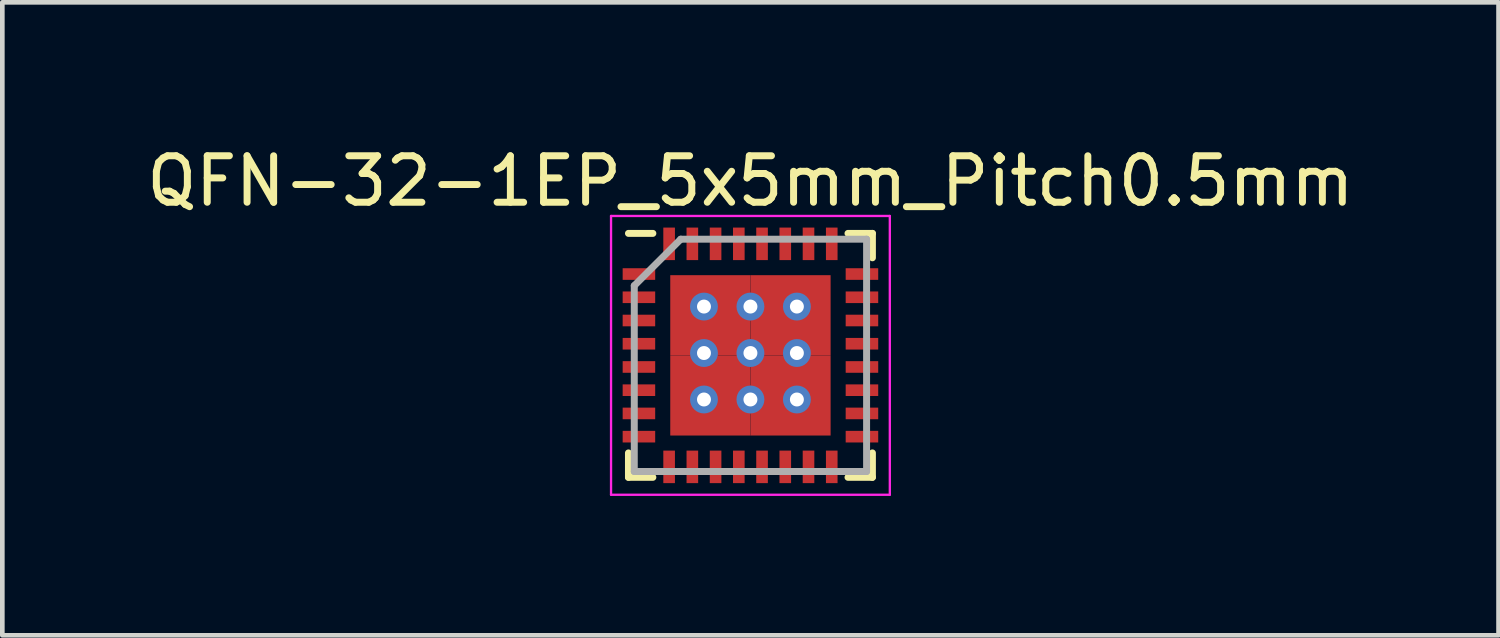
<source format=kicad_pcb>
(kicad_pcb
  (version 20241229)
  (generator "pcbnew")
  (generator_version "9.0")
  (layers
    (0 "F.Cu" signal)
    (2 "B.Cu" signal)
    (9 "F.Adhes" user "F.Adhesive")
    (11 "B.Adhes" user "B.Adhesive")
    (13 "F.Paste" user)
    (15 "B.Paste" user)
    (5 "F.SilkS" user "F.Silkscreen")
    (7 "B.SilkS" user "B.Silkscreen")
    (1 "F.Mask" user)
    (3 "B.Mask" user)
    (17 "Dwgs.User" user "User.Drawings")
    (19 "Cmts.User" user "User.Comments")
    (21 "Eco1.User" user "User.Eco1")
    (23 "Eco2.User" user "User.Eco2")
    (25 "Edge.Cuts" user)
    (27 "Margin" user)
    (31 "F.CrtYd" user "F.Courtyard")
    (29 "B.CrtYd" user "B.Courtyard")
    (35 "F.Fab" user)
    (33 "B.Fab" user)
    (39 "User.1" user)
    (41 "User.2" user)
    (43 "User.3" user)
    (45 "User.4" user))
  (footprint "QFN-32-1EP_5x5mm_Pitch0.5mm"
    (layer "F.Cu")
    (at 13.101 4.598)
    (property "Reference" "QFN-32-1EP_5x5mm_Pitch0.5mm" (at 0 -3.75 0) (layer "F.SilkS") (effects (font (size 1 1) (thickness 0.15))))
    (attr smd)
    (fp_line (start -2.625 -2.625) (end -2.1 -2.625) (stroke (width 0.15) (type solid)) (layer "F.SilkS"))
    (fp_line (start -2.625 2.625) (end -2.625 2.1) (stroke (width 0.15) (type solid)) (layer "F.SilkS"))
    (fp_line (start -2.625 2.625) (end -2.1 2.625) (stroke (width 0.15) (type solid)) (layer "F.SilkS"))
    (fp_line (start 2.625 -2.625) (end 2.1 -2.625) (stroke (width 0.15) (type solid)) (layer "F.SilkS"))
    (fp_line (start 2.625 -2.625) (end 2.625 -2.1) (stroke (width 0.15) (type solid)) (layer "F.SilkS"))
    (fp_line (start 2.625 2.625) (end 2.1 2.625) (stroke (width 0.15) (type solid)) (layer "F.SilkS"))
    (fp_line (start 2.625 2.625) (end 2.625 2.1) (stroke (width 0.15) (type solid)) (layer "F.SilkS"))
    (fp_line (start -3 -3) (end -3 3) (stroke (width 0.05) (type solid)) (layer "F.CrtYd"))
    (fp_line (start -3 -3) (end 3 -3) (stroke (width 0.05) (type solid)) (layer "F.CrtYd"))
    (fp_line (start -3 3) (end 3 3) (stroke (width 0.05) (type solid)) (layer "F.CrtYd"))
    (fp_line (start 3 -3) (end 3 3) (stroke (width 0.05) (type solid)) (layer "F.CrtYd"))
    (fp_line (start -2.5 -1.5) (end -1.5 -2.5) (stroke (width 0.15) (type solid)) (layer "F.Fab"))
    (fp_line (start -2.5 2.5) (end -2.5 -1.5) (stroke (width 0.15) (type solid)) (layer "F.Fab"))
    (fp_line (start -1.5 -2.5) (end 2.5 -2.5) (stroke (width 0.15) (type solid)) (layer "F.Fab"))
    (fp_line (start 2.5 -2.5) (end 2.5 2.5) (stroke (width 0.15) (type solid)) (layer "F.Fab"))
    (fp_line (start 2.5 2.5) (end -2.5 2.5) (stroke (width 0.15) (type solid)) (layer "F.Fab"))
    (pad "1" smd rect (at -2.4 -1.75) (size 0.7 0.25) (layers "F.Cu" "F.Mask" "F.Paste"))
    (pad "2" smd rect (at -2.4 -1.25) (size 0.7 0.25) (layers "F.Cu" "F.Mask" "F.Paste"))
    (pad "3" smd rect (at -2.4 -0.75) (size 0.7 0.25) (layers "F.Cu" "F.Mask" "F.Paste"))
    (pad "4" smd rect (at -2.4 -0.25) (size 0.7 0.25) (layers "F.Cu" "F.Mask" "F.Paste"))
    (pad "5" smd rect (at -2.4 0.25) (size 0.7 0.25) (layers "F.Cu" "F.Mask" "F.Paste"))
    (pad "6" smd rect (at -2.4 0.75) (size 0.7 0.25) (layers "F.Cu" "F.Mask" "F.Paste"))
    (pad "7" smd rect (at -2.4 1.25) (size 0.7 0.25) (layers "F.Cu" "F.Mask" "F.Paste"))
    (pad "8" smd rect (at -2.4 1.75) (size 0.7 0.25) (layers "F.Cu" "F.Mask" "F.Paste"))
    (pad "9" smd rect (at -1.75 2.4 90) (size 0.7 0.25) (layers "F.Cu" "F.Mask" "F.Paste"))
    (pad "10" smd rect (at -1.25 2.4 90) (size 0.7 0.25) (layers "F.Cu" "F.Mask" "F.Paste"))
    (pad "11" smd rect (at -0.75 2.4 90) (size 0.7 0.25) (layers "F.Cu" "F.Mask" "F.Paste"))
    (pad "12" smd rect (at -0.25 2.4 90) (size 0.7 0.25) (layers "F.Cu" "F.Mask" "F.Paste"))
    (pad "13" smd rect (at 0.25 2.4 90) (size 0.7 0.25) (layers "F.Cu" "F.Mask" "F.Paste"))
    (pad "14" smd rect (at 0.75 2.4 90) (size 0.7 0.25) (layers "F.Cu" "F.Mask" "F.Paste"))
    (pad "15" smd rect (at 1.25 2.4 90) (size 0.7 0.25) (layers "F.Cu" "F.Mask" "F.Paste"))
    (pad "16" smd rect (at 1.75 2.4 90) (size 0.7 0.25) (layers "F.Cu" "F.Mask" "F.Paste"))
    (pad "17" smd rect (at 2.4 1.75) (size 0.7 0.25) (layers "F.Cu" "F.Mask" "F.Paste"))
    (pad "18" smd rect (at 2.4 1.25) (size 0.7 0.25) (layers "F.Cu" "F.Mask" "F.Paste"))
    (pad "19" smd rect (at 2.4 0.75) (size 0.7 0.25) (layers "F.Cu" "F.Mask" "F.Paste"))
    (pad "20" smd rect (at 2.4 0.25) (size 0.7 0.25) (layers "F.Cu" "F.Mask" "F.Paste"))
    (pad "21" smd rect (at 2.4 -0.25) (size 0.7 0.25) (layers "F.Cu" "F.Mask" "F.Paste"))
    (pad "22" smd rect (at 2.4 -0.75) (size 0.7 0.25) (layers "F.Cu" "F.Mask" "F.Paste"))
    (pad "23" smd rect (at 2.4 -1.25) (size 0.7 0.25) (layers "F.Cu" "F.Mask" "F.Paste"))
    (pad "24" smd rect (at 2.4 -1.75) (size 0.7 0.25) (layers "F.Cu" "F.Mask" "F.Paste"))
    (pad "25" smd rect (at 1.75 -2.4 90) (size 0.7 0.25) (layers "F.Cu" "F.Mask" "F.Paste"))
    (pad "26" smd rect (at 1.25 -2.4 90) (size 0.7 0.25) (layers "F.Cu" "F.Mask" "F.Paste"))
    (pad "27" smd rect (at 0.75 -2.4 90) (size 0.7 0.25) (layers "F.Cu" "F.Mask" "F.Paste"))
    (pad "28" smd rect (at 0.25 -2.4 90) (size 0.7 0.25) (layers "F.Cu" "F.Mask" "F.Paste"))
    (pad "29" smd rect (at -0.25 -2.4 90) (size 0.7 0.25) (layers "F.Cu" "F.Mask" "F.Paste"))
    (pad "30" smd rect (at -0.75 -2.4 90) (size 0.7 0.25) (layers "F.Cu" "F.Mask" "F.Paste"))
    (pad "31" smd rect (at -1.25 -2.4 90) (size 0.7 0.25) (layers "F.Cu" "F.Mask" "F.Paste"))
    (pad "32" smd rect (at -1.75 -2.4 90) (size 0.7 0.25) (layers "F.Cu" "F.Mask" "F.Paste"))
    (pad "33" thru_hole circle (at -1 -1.05) (size 0.6 0.6) (drill 0.3) (layers "*.Cu" "*.Mask"))
    (pad "33" thru_hole circle (at -1 -0.05) (size 0.6 0.6) (drill 0.3) (layers "*.Cu" "*.Mask"))
    (pad "33" thru_hole circle (at -1 0.95) (size 0.6 0.6) (drill 0.3) (layers "*.Cu" "*.Mask"))
    (pad "33" smd rect (at -0.863 -0.863) (size 1.725 1.725) (layers "F.Cu" "F.Mask" "F.Paste"))
    (pad "33" smd rect (at -0.863 0.863) (size 1.725 1.725) (layers "F.Cu" "F.Mask" "F.Paste"))
    (pad "33" thru_hole circle (at 0 -1.05) (size 0.6 0.6) (drill 0.3) (layers "*.Cu" "*.Mask"))
    (pad "33" thru_hole circle (at 0 -0.05) (size 0.6 0.6) (drill 0.3) (layers "*.Cu" "*.Mask"))
    (pad "33" thru_hole circle (at 0 0.95) (size 0.6 0.6) (drill 0.3) (layers "*.Cu" "*.Mask"))
    (pad "33" smd rect (at 0.863 -0.863) (size 1.725 1.725) (layers "F.Cu" "F.Mask" "F.Paste"))
    (pad "33" smd rect (at 0.863 0.863) (size 1.725 1.725) (layers "F.Cu" "F.Mask" "F.Paste"))
    (pad "33" thru_hole circle (at 1 -1.05) (size 0.6 0.6) (drill 0.3) (layers "*.Cu" "*.Mask"))
    (pad "33" thru_hole circle (at 1 -0.05) (size 0.6 0.6) (drill 0.3) (layers "*.Cu" "*.Mask"))
    (pad "33" thru_hole circle (at 1 0.95) (size 0.6 0.6) (drill 0.3) (layers "*.Cu" "*.Mask")))
  (gr_rect
    (start -3 -3)
    (end 29.202 10.623)
    (stroke (width 0.1) (type default))
    (fill no)
    (layer "Edge.Cuts")))
</source>
